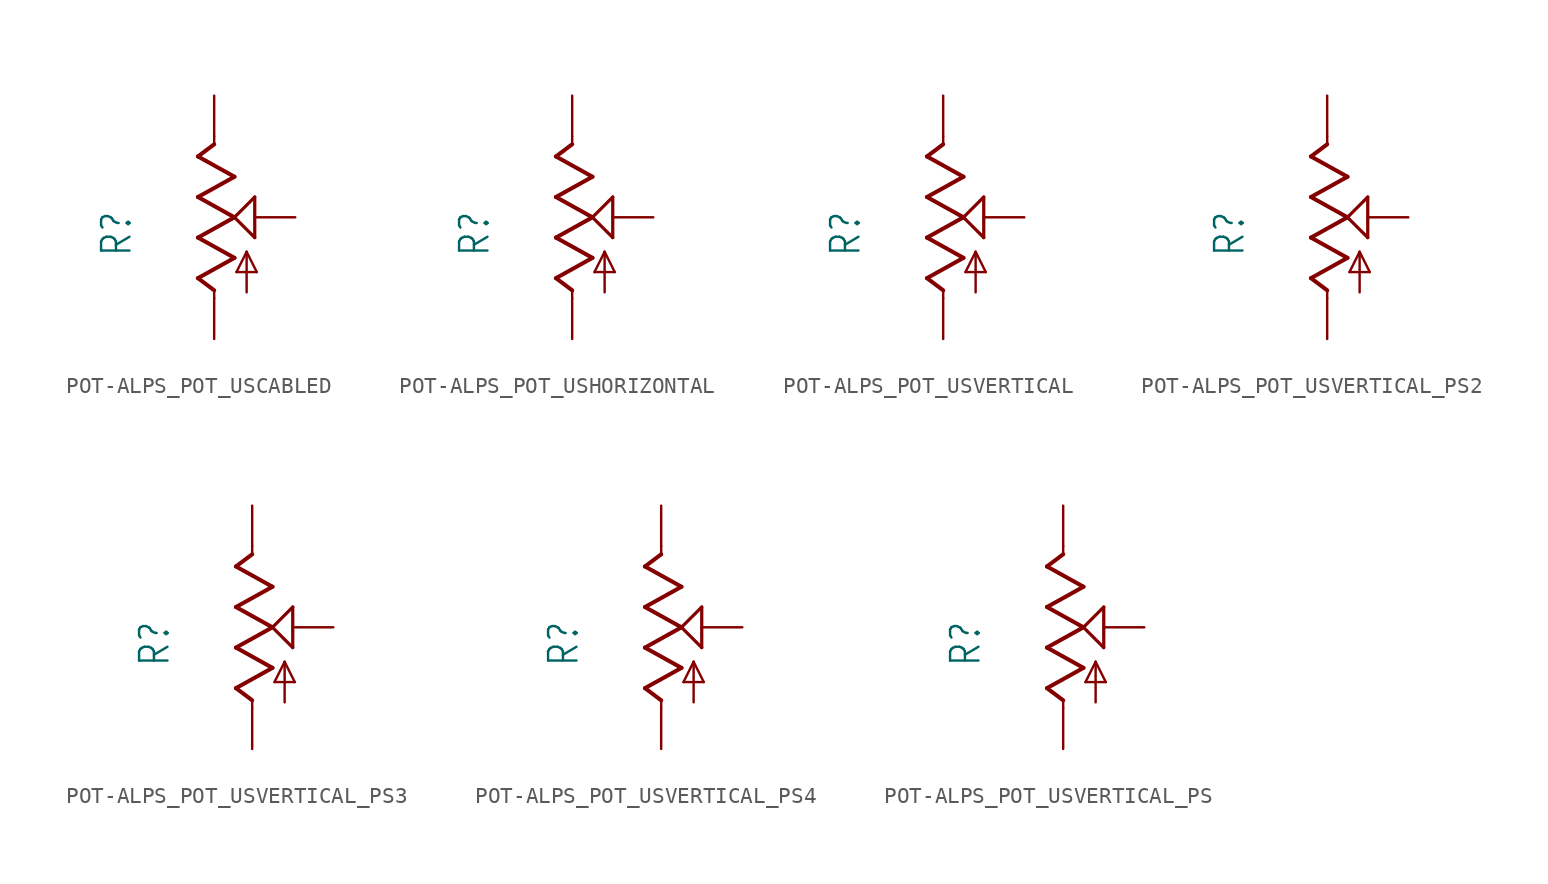
<source format=kicad_sym>
(kicad_symbol_lib
  (version 20231120)
  (generator "kicad_symbol_editor")
  (generator_version "8.0")
  (symbol "POT-ALPS_POT_USCABLED"
    (property "Reference" "R"
      (at -5.08 -2.54 90)
      (effects (font (size 1.778 1.511)) (justify left bottom)))
    (property "Value" ""
      (at -2.54 -2.54 90)
      (effects (font (size 1.778 1.511)) (justify left bottom)))
    (property "ki_locked" ""
      (at 0 0 0)
      (effects (font (size 1.27 1.27))))
    (symbol "POT-ALPS_POT_USCABLED_1_0"
      (polyline (pts (xy -1.016 -3.81) (xy 1.27 -2.54)) (stroke (width 0.254) (type solid)) (fill (type none)))
      (polyline (pts (xy -1.016 -1.27) (xy 1.27 0)) (stroke (width 0.254) (type solid)) (fill (type none)))
      (polyline (pts (xy -1.016 1.27) (xy 1.27 2.54)) (stroke (width 0.254) (type solid)) (fill (type none)))
      (polyline (pts (xy -1.016 3.81) (xy 0 4.572)) (stroke (width 0.254) (type solid)) (fill (type none)))
      (polyline (pts (xy 0 -5.08) (xy 0 -4.572)) (stroke (width 0.152) (type solid)) (fill (type none)))
      (polyline (pts (xy 0 -4.572) (xy -1.016 -3.81)) (stroke (width 0.254) (type solid)) (fill (type none)))
      (polyline (pts (xy 0 4.572) (xy 0 5.08)) (stroke (width 0.152) (type solid)) (fill (type none)))
      (polyline (pts (xy 1.27 -2.54) (xy -1.016 -1.27)) (stroke (width 0.254) (type solid)) (fill (type none)))
      (polyline (pts (xy 1.27 0) (xy -1.016 1.27)) (stroke (width 0.254) (type solid)) (fill (type none)))
      (polyline (pts (xy 1.27 0) (xy 2.54 1.27)) (stroke (width 0.203) (type solid)) (fill (type none)))
      (polyline (pts (xy 1.27 2.54) (xy -1.016 3.81)) (stroke (width 0.254) (type solid)) (fill (type none)))
      (polyline (pts (xy 1.397 -3.429) (xy 2.032 -2.159)) (stroke (width 0.152) (type solid)) (fill (type none)))
      (polyline (pts (xy 2.032 -4.699) (xy 2.032 -2.159)) (stroke (width 0.152) (type solid)) (fill (type none)))
      (polyline (pts (xy 2.032 -2.159) (xy 2.667 -3.429)) (stroke (width 0.152) (type solid)) (fill (type none)))
      (polyline (pts (xy 2.54 -1.27) (xy 1.27 0)) (stroke (width 0.203) (type solid)) (fill (type none)))
      (polyline (pts (xy 2.54 1.27) (xy 2.54 -1.27)) (stroke (width 0.203) (type solid)) (fill (type none)))
      (polyline (pts (xy 2.667 -3.429) (xy 1.397 -3.429)) (stroke (width 0.152) (type solid)) (fill (type none)))
      (pin passive line (at 0 -7.62 90) (length 2.54) (name "A" (effects (font (size 0 0)))) (number "A" (effects (font (size 0 0)))))
      (pin passive line (at 0 7.62 270) (length 2.54) (name "E" (effects (font (size 0 0)))) (number "E" (effects (font (size 0 0)))))
      (pin passive line (at 5.08 0 180) (length 2.54) (name "S" (effects (font (size 0 0)))) (number "S" (effects (font (size 0 0)))))))
  (symbol "POT-ALPS_POT_USHORIZONTAL"
    (property "Reference" "R"
      (at -5.08 -2.54 90)
      (effects (font (size 1.778 1.511)) (justify left bottom)))
    (property "Value" ""
      (at -2.54 -2.54 90)
      (effects (font (size 1.778 1.511)) (justify left bottom)))
    (property "ki_locked" ""
      (at 0 0 0)
      (effects (font (size 1.27 1.27))))
    (symbol "POT-ALPS_POT_USHORIZONTAL_1_0"
      (polyline (pts (xy -1.016 -3.81) (xy 1.27 -2.54)) (stroke (width 0.254) (type solid)) (fill (type none)))
      (polyline (pts (xy -1.016 -1.27) (xy 1.27 0)) (stroke (width 0.254) (type solid)) (fill (type none)))
      (polyline (pts (xy -1.016 1.27) (xy 1.27 2.54)) (stroke (width 0.254) (type solid)) (fill (type none)))
      (polyline (pts (xy -1.016 3.81) (xy 0 4.572)) (stroke (width 0.254) (type solid)) (fill (type none)))
      (polyline (pts (xy 0 -5.08) (xy 0 -4.572)) (stroke (width 0.152) (type solid)) (fill (type none)))
      (polyline (pts (xy 0 -4.572) (xy -1.016 -3.81)) (stroke (width 0.254) (type solid)) (fill (type none)))
      (polyline (pts (xy 0 4.572) (xy 0 5.08)) (stroke (width 0.152) (type solid)) (fill (type none)))
      (polyline (pts (xy 1.27 -2.54) (xy -1.016 -1.27)) (stroke (width 0.254) (type solid)) (fill (type none)))
      (polyline (pts (xy 1.27 0) (xy -1.016 1.27)) (stroke (width 0.254) (type solid)) (fill (type none)))
      (polyline (pts (xy 1.27 0) (xy 2.54 1.27)) (stroke (width 0.203) (type solid)) (fill (type none)))
      (polyline (pts (xy 1.27 2.54) (xy -1.016 3.81)) (stroke (width 0.254) (type solid)) (fill (type none)))
      (polyline (pts (xy 1.397 -3.429) (xy 2.032 -2.159)) (stroke (width 0.152) (type solid)) (fill (type none)))
      (polyline (pts (xy 2.032 -4.699) (xy 2.032 -2.159)) (stroke (width 0.152) (type solid)) (fill (type none)))
      (polyline (pts (xy 2.032 -2.159) (xy 2.667 -3.429)) (stroke (width 0.152) (type solid)) (fill (type none)))
      (polyline (pts (xy 2.54 -1.27) (xy 1.27 0)) (stroke (width 0.203) (type solid)) (fill (type none)))
      (polyline (pts (xy 2.54 1.27) (xy 2.54 -1.27)) (stroke (width 0.203) (type solid)) (fill (type none)))
      (polyline (pts (xy 2.667 -3.429) (xy 1.397 -3.429)) (stroke (width 0.152) (type solid)) (fill (type none)))
      (pin passive line (at 0 7.62 270) (length 2.54) (name "E" (effects (font (size 0 0)))) (number "P$1" (effects (font (size 0 0)))))
      (pin passive line (at 5.08 0 180) (length 2.54) (name "S" (effects (font (size 0 0)))) (number "P$2" (effects (font (size 0 0)))))
      (pin passive line (at 0 -7.62 90) (length 2.54) (name "A" (effects (font (size 0 0)))) (number "P$3" (effects (font (size 0 0)))))))
  (symbol "POT-ALPS_POT_USVERTICAL"
    (property "Reference" "R"
      (at -5.08 -2.54 90)
      (effects (font (size 1.778 1.511)) (justify left bottom)))
    (property "Value" ""
      (at -2.54 -2.54 90)
      (effects (font (size 1.778 1.511)) (justify left bottom)))
    (property "ki_locked" ""
      (at 0 0 0)
      (effects (font (size 1.27 1.27))))
    (symbol "POT-ALPS_POT_USVERTICAL_1_0"
      (polyline (pts (xy -1.016 -3.81) (xy 1.27 -2.54)) (stroke (width 0.254) (type solid)) (fill (type none)))
      (polyline (pts (xy -1.016 -1.27) (xy 1.27 0)) (stroke (width 0.254) (type solid)) (fill (type none)))
      (polyline (pts (xy -1.016 1.27) (xy 1.27 2.54)) (stroke (width 0.254) (type solid)) (fill (type none)))
      (polyline (pts (xy -1.016 3.81) (xy 0 4.572)) (stroke (width 0.254) (type solid)) (fill (type none)))
      (polyline (pts (xy 0 -5.08) (xy 0 -4.572)) (stroke (width 0.152) (type solid)) (fill (type none)))
      (polyline (pts (xy 0 -4.572) (xy -1.016 -3.81)) (stroke (width 0.254) (type solid)) (fill (type none)))
      (polyline (pts (xy 0 4.572) (xy 0 5.08)) (stroke (width 0.152) (type solid)) (fill (type none)))
      (polyline (pts (xy 1.27 -2.54) (xy -1.016 -1.27)) (stroke (width 0.254) (type solid)) (fill (type none)))
      (polyline (pts (xy 1.27 0) (xy -1.016 1.27)) (stroke (width 0.254) (type solid)) (fill (type none)))
      (polyline (pts (xy 1.27 0) (xy 2.54 1.27)) (stroke (width 0.203) (type solid)) (fill (type none)))
      (polyline (pts (xy 1.27 2.54) (xy -1.016 3.81)) (stroke (width 0.254) (type solid)) (fill (type none)))
      (polyline (pts (xy 1.397 -3.429) (xy 2.032 -2.159)) (stroke (width 0.152) (type solid)) (fill (type none)))
      (polyline (pts (xy 2.032 -4.699) (xy 2.032 -2.159)) (stroke (width 0.152) (type solid)) (fill (type none)))
      (polyline (pts (xy 2.032 -2.159) (xy 2.667 -3.429)) (stroke (width 0.152) (type solid)) (fill (type none)))
      (polyline (pts (xy 2.54 -1.27) (xy 1.27 0)) (stroke (width 0.203) (type solid)) (fill (type none)))
      (polyline (pts (xy 2.54 1.27) (xy 2.54 -1.27)) (stroke (width 0.203) (type solid)) (fill (type none)))
      (polyline (pts (xy 2.667 -3.429) (xy 1.397 -3.429)) (stroke (width 0.152) (type solid)) (fill (type none)))
      (pin passive line (at 0 7.62 270) (length 2.54) (name "E" (effects (font (size 0 0)))) (number "P$1" (effects (font (size 0 0)))))
      (pin passive line (at 5.08 0 180) (length 2.54) (name "S" (effects (font (size 0 0)))) (number "P$2" (effects (font (size 0 0)))))
      (pin passive line (at 0 -7.62 90) (length 2.54) (name "A" (effects (font (size 0 0)))) (number "P$3" (effects (font (size 0 0)))))))
  (symbol "POT-ALPS_POT_USVERTICAL_PS2"
    (property "Reference" "R"
      (at -5.08 -2.54 90)
      (effects (font (size 1.778 1.511)) (justify left bottom)))
    (property "Value" ""
      (at -2.54 -2.54 90)
      (effects (font (size 1.778 1.511)) (justify left bottom)))
    (property "ki_locked" ""
      (at 0 0 0)
      (effects (font (size 1.27 1.27))))
    (symbol "POT-ALPS_POT_USVERTICAL_PS2_1_0"
      (polyline (pts (xy -1.016 -3.81) (xy 1.27 -2.54)) (stroke (width 0.254) (type solid)) (fill (type none)))
      (polyline (pts (xy -1.016 -1.27) (xy 1.27 0)) (stroke (width 0.254) (type solid)) (fill (type none)))
      (polyline (pts (xy -1.016 1.27) (xy 1.27 2.54)) (stroke (width 0.254) (type solid)) (fill (type none)))
      (polyline (pts (xy -1.016 3.81) (xy 0 4.572)) (stroke (width 0.254) (type solid)) (fill (type none)))
      (polyline (pts (xy 0 -5.08) (xy 0 -4.572)) (stroke (width 0.152) (type solid)) (fill (type none)))
      (polyline (pts (xy 0 -4.572) (xy -1.016 -3.81)) (stroke (width 0.254) (type solid)) (fill (type none)))
      (polyline (pts (xy 0 4.572) (xy 0 5.08)) (stroke (width 0.152) (type solid)) (fill (type none)))
      (polyline (pts (xy 1.27 -2.54) (xy -1.016 -1.27)) (stroke (width 0.254) (type solid)) (fill (type none)))
      (polyline (pts (xy 1.27 0) (xy -1.016 1.27)) (stroke (width 0.254) (type solid)) (fill (type none)))
      (polyline (pts (xy 1.27 0) (xy 2.54 1.27)) (stroke (width 0.203) (type solid)) (fill (type none)))
      (polyline (pts (xy 1.27 2.54) (xy -1.016 3.81)) (stroke (width 0.254) (type solid)) (fill (type none)))
      (polyline (pts (xy 1.397 -3.429) (xy 2.032 -2.159)) (stroke (width 0.152) (type solid)) (fill (type none)))
      (polyline (pts (xy 2.032 -4.699) (xy 2.032 -2.159)) (stroke (width 0.152) (type solid)) (fill (type none)))
      (polyline (pts (xy 2.032 -2.159) (xy 2.667 -3.429)) (stroke (width 0.152) (type solid)) (fill (type none)))
      (polyline (pts (xy 2.54 -1.27) (xy 1.27 0)) (stroke (width 0.203) (type solid)) (fill (type none)))
      (polyline (pts (xy 2.54 1.27) (xy 2.54 -1.27)) (stroke (width 0.203) (type solid)) (fill (type none)))
      (polyline (pts (xy 2.667 -3.429) (xy 1.397 -3.429)) (stroke (width 0.152) (type solid)) (fill (type none)))
      (pin passive line (at 0 7.62 270) (length 2.54) (name "E" (effects (font (size 0 0)))) (number "P$1" (effects (font (size 0 0)))))
      (pin passive line (at 5.08 0 180) (length 2.54) (name "S" (effects (font (size 0 0)))) (number "P$2" (effects (font (size 0 0)))))
      (pin passive line (at 0 -7.62 90) (length 2.54) (name "A" (effects (font (size 0 0)))) (number "P$3" (effects (font (size 0 0)))))))
  (symbol "POT-ALPS_POT_USVERTICAL_PS3"
    (property "Reference" "R"
      (at -5.08 -2.54 90)
      (effects (font (size 1.778 1.511)) (justify left bottom)))
    (property "Value" ""
      (at -2.54 -2.54 90)
      (effects (font (size 1.778 1.511)) (justify left bottom)))
    (property "ki_locked" ""
      (at 0 0 0)
      (effects (font (size 1.27 1.27))))
    (symbol "POT-ALPS_POT_USVERTICAL_PS3_1_0"
      (polyline (pts (xy -1.016 -3.81) (xy 1.27 -2.54)) (stroke (width 0.254) (type solid)) (fill (type none)))
      (polyline (pts (xy -1.016 -1.27) (xy 1.27 0)) (stroke (width 0.254) (type solid)) (fill (type none)))
      (polyline (pts (xy -1.016 1.27) (xy 1.27 2.54)) (stroke (width 0.254) (type solid)) (fill (type none)))
      (polyline (pts (xy -1.016 3.81) (xy 0 4.572)) (stroke (width 0.254) (type solid)) (fill (type none)))
      (polyline (pts (xy 0 -5.08) (xy 0 -4.572)) (stroke (width 0.152) (type solid)) (fill (type none)))
      (polyline (pts (xy 0 -4.572) (xy -1.016 -3.81)) (stroke (width 0.254) (type solid)) (fill (type none)))
      (polyline (pts (xy 0 4.572) (xy 0 5.08)) (stroke (width 0.152) (type solid)) (fill (type none)))
      (polyline (pts (xy 1.27 -2.54) (xy -1.016 -1.27)) (stroke (width 0.254) (type solid)) (fill (type none)))
      (polyline (pts (xy 1.27 0) (xy -1.016 1.27)) (stroke (width 0.254) (type solid)) (fill (type none)))
      (polyline (pts (xy 1.27 0) (xy 2.54 1.27)) (stroke (width 0.203) (type solid)) (fill (type none)))
      (polyline (pts (xy 1.27 2.54) (xy -1.016 3.81)) (stroke (width 0.254) (type solid)) (fill (type none)))
      (polyline (pts (xy 1.397 -3.429) (xy 2.032 -2.159)) (stroke (width 0.152) (type solid)) (fill (type none)))
      (polyline (pts (xy 2.032 -4.699) (xy 2.032 -2.159)) (stroke (width 0.152) (type solid)) (fill (type none)))
      (polyline (pts (xy 2.032 -2.159) (xy 2.667 -3.429)) (stroke (width 0.152) (type solid)) (fill (type none)))
      (polyline (pts (xy 2.54 -1.27) (xy 1.27 0)) (stroke (width 0.203) (type solid)) (fill (type none)))
      (polyline (pts (xy 2.54 1.27) (xy 2.54 -1.27)) (stroke (width 0.203) (type solid)) (fill (type none)))
      (polyline (pts (xy 2.667 -3.429) (xy 1.397 -3.429)) (stroke (width 0.152) (type solid)) (fill (type none)))
      (pin passive line (at 0 7.62 270) (length 2.54) (name "E" (effects (font (size 0 0)))) (number "P$1" (effects (font (size 0 0)))))
      (pin passive line (at 5.08 0 180) (length 2.54) (name "S" (effects (font (size 0 0)))) (number "P$2" (effects (font (size 0 0)))))
      (pin passive line (at 0 -7.62 90) (length 2.54) (name "A" (effects (font (size 0 0)))) (number "P$3" (effects (font (size 0 0)))))))
  (symbol "POT-ALPS_POT_USVERTICAL_PS4"
    (property "Reference" "R"
      (at -5.08 -2.54 90)
      (effects (font (size 1.778 1.511)) (justify left bottom)))
    (property "Value" ""
      (at -2.54 -2.54 90)
      (effects (font (size 1.778 1.511)) (justify left bottom)))
    (property "ki_locked" ""
      (at 0 0 0)
      (effects (font (size 1.27 1.27))))
    (symbol "POT-ALPS_POT_USVERTICAL_PS4_1_0"
      (polyline (pts (xy -1.016 -3.81) (xy 1.27 -2.54)) (stroke (width 0.254) (type solid)) (fill (type none)))
      (polyline (pts (xy -1.016 -1.27) (xy 1.27 0)) (stroke (width 0.254) (type solid)) (fill (type none)))
      (polyline (pts (xy -1.016 1.27) (xy 1.27 2.54)) (stroke (width 0.254) (type solid)) (fill (type none)))
      (polyline (pts (xy -1.016 3.81) (xy 0 4.572)) (stroke (width 0.254) (type solid)) (fill (type none)))
      (polyline (pts (xy 0 -5.08) (xy 0 -4.572)) (stroke (width 0.152) (type solid)) (fill (type none)))
      (polyline (pts (xy 0 -4.572) (xy -1.016 -3.81)) (stroke (width 0.254) (type solid)) (fill (type none)))
      (polyline (pts (xy 0 4.572) (xy 0 5.08)) (stroke (width 0.152) (type solid)) (fill (type none)))
      (polyline (pts (xy 1.27 -2.54) (xy -1.016 -1.27)) (stroke (width 0.254) (type solid)) (fill (type none)))
      (polyline (pts (xy 1.27 0) (xy -1.016 1.27)) (stroke (width 0.254) (type solid)) (fill (type none)))
      (polyline (pts (xy 1.27 0) (xy 2.54 1.27)) (stroke (width 0.203) (type solid)) (fill (type none)))
      (polyline (pts (xy 1.27 2.54) (xy -1.016 3.81)) (stroke (width 0.254) (type solid)) (fill (type none)))
      (polyline (pts (xy 1.397 -3.429) (xy 2.032 -2.159)) (stroke (width 0.152) (type solid)) (fill (type none)))
      (polyline (pts (xy 2.032 -4.699) (xy 2.032 -2.159)) (stroke (width 0.152) (type solid)) (fill (type none)))
      (polyline (pts (xy 2.032 -2.159) (xy 2.667 -3.429)) (stroke (width 0.152) (type solid)) (fill (type none)))
      (polyline (pts (xy 2.54 -1.27) (xy 1.27 0)) (stroke (width 0.203) (type solid)) (fill (type none)))
      (polyline (pts (xy 2.54 1.27) (xy 2.54 -1.27)) (stroke (width 0.203) (type solid)) (fill (type none)))
      (polyline (pts (xy 2.667 -3.429) (xy 1.397 -3.429)) (stroke (width 0.152) (type solid)) (fill (type none)))
      (pin passive line (at 0 7.62 270) (length 2.54) (name "E" (effects (font (size 0 0)))) (number "P$1" (effects (font (size 0 0)))))
      (pin passive line (at 5.08 0 180) (length 2.54) (name "S" (effects (font (size 0 0)))) (number "P$2" (effects (font (size 0 0)))))
      (pin passive line (at 0 -7.62 90) (length 2.54) (name "A" (effects (font (size 0 0)))) (number "P$3" (effects (font (size 0 0)))))))
  (symbol "POT-ALPS_POT_USVERTICAL_PS"
    (property "Reference" "R"
      (at -5.08 -2.54 90)
      (effects (font (size 1.778 1.511)) (justify left bottom)))
    (property "Value" ""
      (at -2.54 -2.54 90)
      (effects (font (size 1.778 1.511)) (justify left bottom)))
    (property "ki_locked" ""
      (at 0 0 0)
      (effects (font (size 1.27 1.27))))
    (symbol "POT-ALPS_POT_USVERTICAL_PS_1_0"
      (polyline (pts (xy -1.016 -3.81) (xy 1.27 -2.54)) (stroke (width 0.254) (type solid)) (fill (type none)))
      (polyline (pts (xy -1.016 -1.27) (xy 1.27 0)) (stroke (width 0.254) (type solid)) (fill (type none)))
      (polyline (pts (xy -1.016 1.27) (xy 1.27 2.54)) (stroke (width 0.254) (type solid)) (fill (type none)))
      (polyline (pts (xy -1.016 3.81) (xy 0 4.572)) (stroke (width 0.254) (type solid)) (fill (type none)))
      (polyline (pts (xy 0 -5.08) (xy 0 -4.572)) (stroke (width 0.152) (type solid)) (fill (type none)))
      (polyline (pts (xy 0 -4.572) (xy -1.016 -3.81)) (stroke (width 0.254) (type solid)) (fill (type none)))
      (polyline (pts (xy 0 4.572) (xy 0 5.08)) (stroke (width 0.152) (type solid)) (fill (type none)))
      (polyline (pts (xy 1.27 -2.54) (xy -1.016 -1.27)) (stroke (width 0.254) (type solid)) (fill (type none)))
      (polyline (pts (xy 1.27 0) (xy -1.016 1.27)) (stroke (width 0.254) (type solid)) (fill (type none)))
      (polyline (pts (xy 1.27 0) (xy 2.54 1.27)) (stroke (width 0.203) (type solid)) (fill (type none)))
      (polyline (pts (xy 1.27 2.54) (xy -1.016 3.81)) (stroke (width 0.254) (type solid)) (fill (type none)))
      (polyline (pts (xy 1.397 -3.429) (xy 2.032 -2.159)) (stroke (width 0.152) (type solid)) (fill (type none)))
      (polyline (pts (xy 2.032 -4.699) (xy 2.032 -2.159)) (stroke (width 0.152) (type solid)) (fill (type none)))
      (polyline (pts (xy 2.032 -2.159) (xy 2.667 -3.429)) (stroke (width 0.152) (type solid)) (fill (type none)))
      (polyline (pts (xy 2.54 -1.27) (xy 1.27 0)) (stroke (width 0.203) (type solid)) (fill (type none)))
      (polyline (pts (xy 2.54 1.27) (xy 2.54 -1.27)) (stroke (width 0.203) (type solid)) (fill (type none)))
      (polyline (pts (xy 2.667 -3.429) (xy 1.397 -3.429)) (stroke (width 0.152) (type solid)) (fill (type none)))
      (pin passive line (at 0 7.62 270) (length 2.54) (name "E" (effects (font (size 0 0)))) (number "P$1" (effects (font (size 0 0)))))
      (pin passive line (at 5.08 0 180) (length 2.54) (name "S" (effects (font (size 0 0)))) (number "P$2" (effects (font (size 0 0)))))
      (pin passive line (at 0 -7.62 90) (length 2.54) (name "A" (effects (font (size 0 0)))) (number "P$3" (effects (font (size 0 0))))))))
</source>
